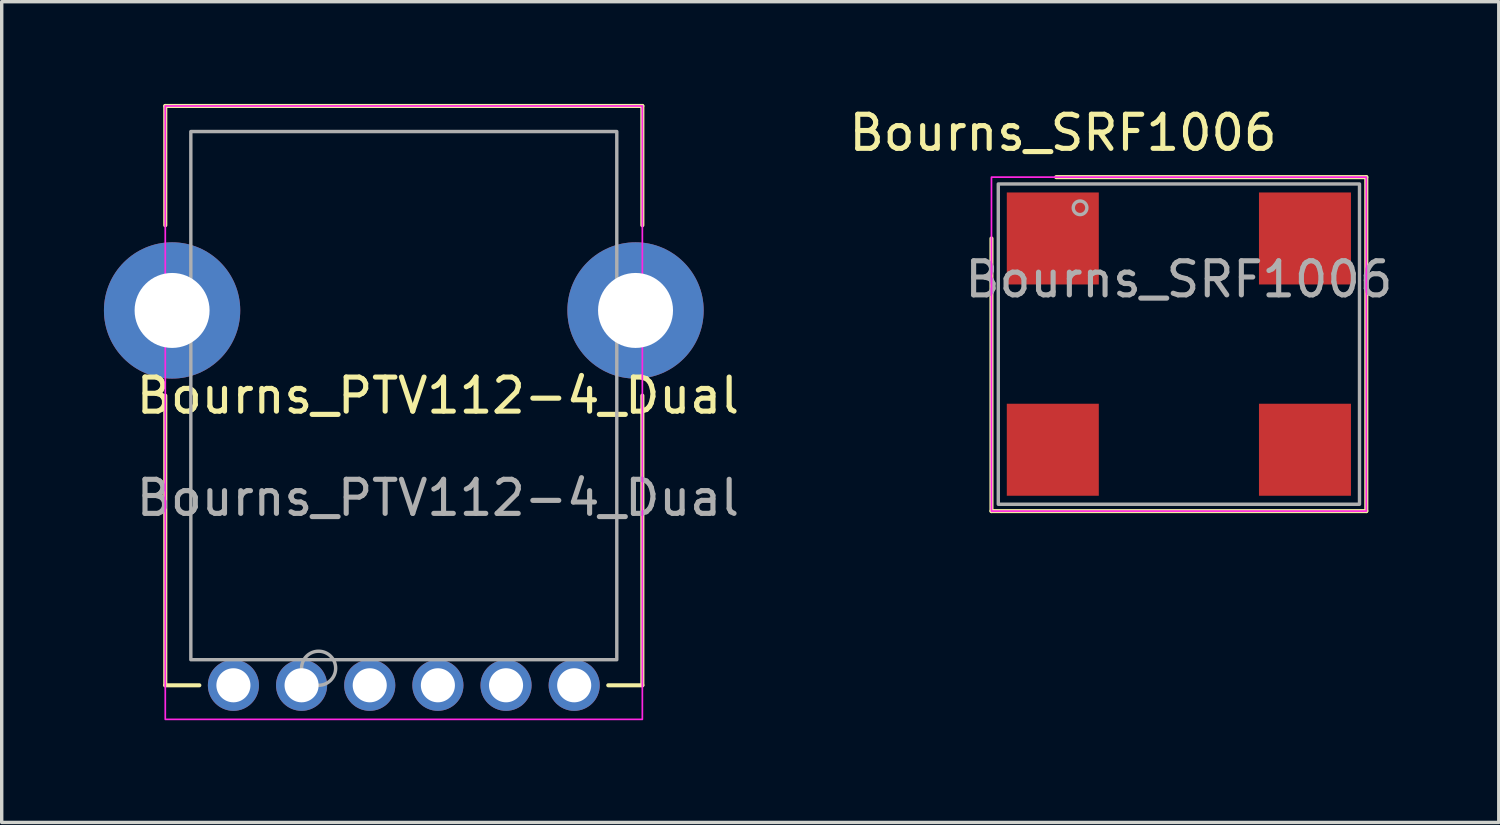
<source format=kicad_pcb>
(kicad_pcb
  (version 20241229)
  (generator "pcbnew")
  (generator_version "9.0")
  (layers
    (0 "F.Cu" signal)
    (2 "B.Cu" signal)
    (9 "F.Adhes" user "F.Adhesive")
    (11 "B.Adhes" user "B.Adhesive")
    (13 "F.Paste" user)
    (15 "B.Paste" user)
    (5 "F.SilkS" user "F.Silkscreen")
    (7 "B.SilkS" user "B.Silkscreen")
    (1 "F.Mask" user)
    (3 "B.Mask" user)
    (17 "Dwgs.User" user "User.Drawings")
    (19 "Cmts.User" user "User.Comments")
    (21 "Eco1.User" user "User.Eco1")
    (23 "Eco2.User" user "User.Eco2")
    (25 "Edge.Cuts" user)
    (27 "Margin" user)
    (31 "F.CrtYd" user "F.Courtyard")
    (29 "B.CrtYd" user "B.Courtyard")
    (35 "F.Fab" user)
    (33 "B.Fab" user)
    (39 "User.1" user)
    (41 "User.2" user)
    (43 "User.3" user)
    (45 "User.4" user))
  (footprint "Bourns_SRF1006"
    (layer "F.Cu")
    (at 31.545 7.048)
    (property "Reference" "Bourns_SRF1006" (at -3.4 -6.2 0) (unlocked yes) (layer "F.SilkS") (effects (font (size 1 1) (thickness 0.15))))
    (attr smd)
    (fp_line (start -5.5 4.9) (end -5.5 -3.1) (stroke (width 0.12) (type solid)) (layer "F.SilkS"))
    (fp_line (start -3.6 -4.9) (end 5.5 -4.9) (stroke (width 0.12) (type solid)) (layer "F.SilkS"))
    (fp_line (start 5.5 -4.9) (end 5.5 4.9) (stroke (width 0.12) (type solid)) (layer "F.SilkS"))
    (fp_line (start 5.5 4.9) (end -5.5 4.9) (stroke (width 0.12) (type solid)) (layer "F.SilkS"))
    (fp_rect (start 5.5 -4.9) (end -5.5 4.9) (stroke (width 0.05) (type solid)) (fill no) (layer "F.CrtYd"))
    (fp_rect (start -5.3 -4.7) (end 5.3 4.7) (stroke (width 0.1) (type solid)) (fill no) (layer "F.Fab"))
    (fp_circle (center -2.9 -4) (end -2.7 -4) (stroke (width 0.1) (type solid)) (fill no) (layer "F.Fab"))
    (fp_text user "${REFERENCE}" (at 0 -1.9 0) (unlocked yes) (layer "F.Fab") (effects (font (size 1 1) (thickness 0.15))))
    (pad "1" smd rect (at -3.7 -3.1) (size 2.7 2.7) (layers "F.Cu" "F.Mask" "F.Paste"))
    (pad "2" smd rect (at 3.7 -3.1) (size 2.7 2.7) (layers "F.Cu" "F.Mask" "F.Paste"))
    (pad "3" smd rect (at 3.7 3.1) (size 2.7 2.7) (layers "F.Cu" "F.Mask" "F.Paste"))
    (pad "4" smd rect (at -3.7 3.1) (size 2.7 2.7) (layers "F.Cu" "F.Mask" "F.Paste")))
  (footprint "Bourns_PTV112-4_Dual"
    (layer "F.Cu")
    (at 8.8 12.06)
    (property "Reference" "Bourns_PTV112-4_Dual" (at 1 -3.5 0) (unlocked yes) (layer "F.SilkS") (effects (font (size 1 1) (thickness 0.15))))
    (attr smd)
    (fp_line (start -7 -12) (end 7 -12) (stroke (width 0.12) (type solid)) (layer "F.SilkS"))
    (fp_line (start -7 -8.5) (end -7 -12) (stroke (width 0.12) (type solid)) (layer "F.SilkS"))
    (fp_line (start -7 5) (end -7 -3.5) (stroke (width 0.12) (type solid)) (layer "F.SilkS"))
    (fp_line (start -7 5) (end -6 5) (stroke (width 0.12) (type solid)) (layer "F.SilkS"))
    (fp_line (start 6 5) (end 7 5) (stroke (width 0.12) (type solid)) (layer "F.SilkS"))
    (fp_line (start 7 -12) (end 7 -8.5) (stroke (width 0.12) (type solid)) (layer "F.SilkS"))
    (fp_line (start 7 5) (end 7 -3.5) (stroke (width 0.12) (type solid)) (layer "F.SilkS"))
    (fp_rect (start -7 -12) (end 7 6) (stroke (width 0.05) (type solid)) (fill no) (layer "F.CrtYd"))
    (fp_rect (start 6.25 -11.25) (end -6.25 4.25) (stroke (width 0.1) (type solid)) (fill no) (layer "F.Fab"))
    (fp_circle (center -2.5 4.5) (end -2 4.5) (stroke (width 0.1) (type solid)) (fill no) (layer "F.Fab"))
    (fp_text user "${REFERENCE}" (at 1 -0.5 0) (unlocked yes) (layer "F.Fab") (effects (font (size 1 1) (thickness 0.15))))
    (pad "1" thru_hole circle (at -3 5) (size 1.5 1.5) (drill 1) (layers "*.Cu" "*.Mask"))
    (pad "2" thru_hole circle (at -5 5) (size 1.5 1.5) (drill 1) (layers "*.Cu" "*.Mask"))
    (pad "3" thru_hole circle (at 5 5) (size 1.5 1.5) (drill 1) (layers "*.Cu" "*.Mask"))
    (pad "4" thru_hole circle (at -1 5) (size 1.5 1.5) (drill 1) (layers "*.Cu" "*.Mask"))
    (pad "5" thru_hole circle (at 1 5) (size 1.5 1.5) (drill 1) (layers "*.Cu" "*.Mask"))
    (pad "6" thru_hole circle (at 3 5) (size 1.5 1.5) (drill 1) (layers "*.Cu" "*.Mask"))
    (pad "MH" thru_hole circle (at -6.8 -6) (size 4 4) (drill 2.2) (layers "*.Cu" "*.Mask"))
    (pad "MH" thru_hole circle (at 6.8 -6) (size 4 4) (drill 2.2) (layers "*.Cu" "*.Mask")))
  (gr_rect
    (start -3 -3)
    (end 40.932 21.085)
    (stroke (width 0.1) (type default))
    (fill no)
    (layer "Edge.Cuts")))
</source>
